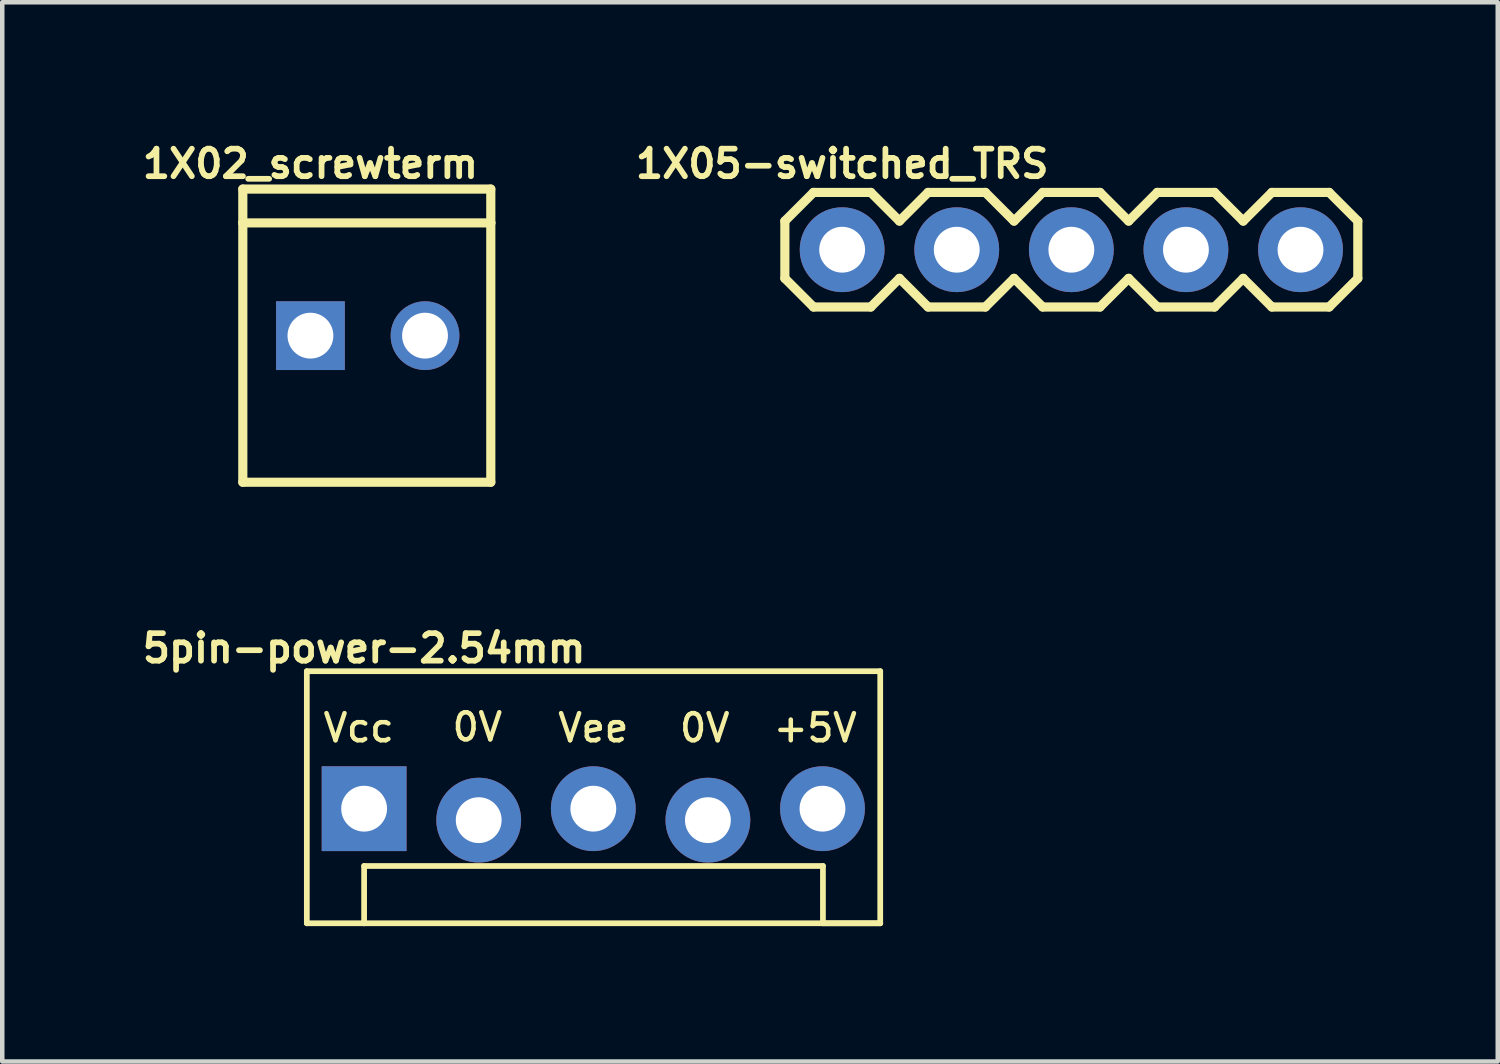
<source format=kicad_pcb>
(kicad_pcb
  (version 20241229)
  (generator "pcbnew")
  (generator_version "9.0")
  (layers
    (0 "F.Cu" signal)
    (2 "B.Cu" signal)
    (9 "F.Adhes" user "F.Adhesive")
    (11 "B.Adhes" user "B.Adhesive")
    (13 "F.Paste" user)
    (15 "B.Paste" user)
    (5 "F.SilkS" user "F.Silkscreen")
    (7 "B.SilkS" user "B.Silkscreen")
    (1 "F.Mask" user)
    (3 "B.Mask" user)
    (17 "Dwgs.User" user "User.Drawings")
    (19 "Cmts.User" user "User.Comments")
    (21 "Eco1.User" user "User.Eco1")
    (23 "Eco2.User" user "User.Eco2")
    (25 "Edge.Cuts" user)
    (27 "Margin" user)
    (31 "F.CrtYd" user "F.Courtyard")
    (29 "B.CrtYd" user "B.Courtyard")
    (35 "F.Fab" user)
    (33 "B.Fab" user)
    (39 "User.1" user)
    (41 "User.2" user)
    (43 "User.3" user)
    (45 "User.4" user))
  (footprint "5pin-power-2.54mm"
    (layer "F.Cu")
    (at 5.021 14.875)
    (property "Reference" "5pin-power-2.54mm" (at 0 -3.556 0) (layer "F.SilkS") (effects (font (size 0.61 0.61) (thickness 0.127))))
    (attr through_hole)
    (fp_line (start -1.27 -3.048) (end -1.27 2.54) (stroke (width 0.127) (type solid)) (layer "F.SilkS"))
    (fp_line (start 0 1.27) (end 10.17 1.27) (stroke (width 0.127) (type solid)) (layer "F.SilkS"))
    (fp_line (start 0 2.54) (end -1.27 2.54) (stroke (width 0.127) (type solid)) (layer "F.SilkS"))
    (fp_line (start 0 2.54) (end 0 1.27) (stroke (width 0.127) (type solid)) (layer "F.SilkS"))
    (fp_line (start 10.17 1.27) (end 10.17 2.54) (stroke (width 0.127) (type solid)) (layer "F.SilkS"))
    (fp_line (start 11.44 -3.048) (end -1.27 -3.048) (stroke (width 0.127) (type solid)) (layer "F.SilkS"))
    (fp_line (start 11.44 -3.048) (end 11.44 2.54) (stroke (width 0.127) (type solid)) (layer "F.SilkS"))
    (fp_line (start 11.44 2.54) (end 0 2.54) (stroke (width 0.127) (type solid)) (layer "F.SilkS"))
    (fp_line (start 11.44 2.54) (end 10.17 2.54) (stroke (width 0.127) (type solid)) (layer "F.SilkS"))
    (fp_line (start -0.254 -0.124) (end 0.254 -0.124) (stroke (width 0.066) (type solid)) (layer "Dwgs.User"))
    (fp_line (start -0.254 0.384) (end -0.254 -0.124) (stroke (width 0.066) (type solid)) (layer "Dwgs.User"))
    (fp_line (start -0.254 0.384) (end 0.254 0.384) (stroke (width 0.066) (type solid)) (layer "Dwgs.User"))
    (fp_line (start 0.254 0.384) (end 0.254 -0.124) (stroke (width 0.066) (type solid)) (layer "Dwgs.User"))
    (fp_line (start 2.286 -0.124) (end 2.794 -0.124) (stroke (width 0.066) (type solid)) (layer "Dwgs.User"))
    (fp_line (start 2.286 0.384) (end 2.286 -0.124) (stroke (width 0.066) (type solid)) (layer "Dwgs.User"))
    (fp_line (start 2.286 0.384) (end 2.794 0.384) (stroke (width 0.066) (type solid)) (layer "Dwgs.User"))
    (fp_line (start 2.794 0.384) (end 2.794 -0.124) (stroke (width 0.066) (type solid)) (layer "Dwgs.User"))
    (fp_line (start 4.826 -0.124) (end 5.334 -0.124) (stroke (width 0.066) (type solid)) (layer "Dwgs.User"))
    (fp_line (start 4.826 0.384) (end 4.826 -0.124) (stroke (width 0.066) (type solid)) (layer "Dwgs.User"))
    (fp_line (start 4.826 0.384) (end 5.334 0.384) (stroke (width 0.066) (type solid)) (layer "Dwgs.User"))
    (fp_line (start 5.334 0.384) (end 5.334 -0.124) (stroke (width 0.066) (type solid)) (layer "Dwgs.User"))
    (fp_line (start 7.366 -0.124) (end 7.874 -0.124) (stroke (width 0.066) (type solid)) (layer "Dwgs.User"))
    (fp_line (start 7.366 0.384) (end 7.366 -0.124) (stroke (width 0.066) (type solid)) (layer "Dwgs.User"))
    (fp_line (start 7.366 0.384) (end 7.874 0.384) (stroke (width 0.066) (type solid)) (layer "Dwgs.User"))
    (fp_line (start 7.874 0.384) (end 7.874 -0.124) (stroke (width 0.066) (type solid)) (layer "Dwgs.User"))
    (fp_line (start 9.906 -0.124) (end 10.414 -0.124) (stroke (width 0.066) (type solid)) (layer "Dwgs.User"))
    (fp_line (start 9.906 0.384) (end 9.906 -0.124) (stroke (width 0.066) (type solid)) (layer "Dwgs.User"))
    (fp_line (start 9.906 0.384) (end 10.414 0.384) (stroke (width 0.066) (type solid)) (layer "Dwgs.User"))
    (fp_line (start 10.414 0.384) (end 10.414 -0.124) (stroke (width 0.066) (type solid)) (layer "Dwgs.User"))
    (fp_text user "Vcc" (at -0.12 -1.79 0) (layer "F.SilkS") (effects (font (size 0.6 0.6) (thickness 0.1))))
    (fp_text user "Vee" (at 5.08 -1.79 0) (layer "F.SilkS") (effects (font (size 0.6 0.6) (thickness 0.1))))
    (fp_text user "+5V" (at 10 -1.79 0) (layer "F.SilkS") (effects (font (size 0.6 0.6) (thickness 0.1))))
    (fp_text user "0V" (at 2.51 -1.81 0) (layer "F.SilkS") (effects (font (size 0.6 0.6) (thickness 0.1))))
    (fp_text user "0V" (at 7.55 -1.79 0) (layer "F.SilkS") (effects (font (size 0.6 0.6) (thickness 0.1))))
    (pad "1" thru_hole rect (at 0 0) (size 1.88 1.88) (drill 1.016) (layers "*.Cu" "*.Mask"))
    (pad "2" thru_hole circle (at 2.54 0.254) (size 1.88 1.88) (drill 1.016) (layers "*.Cu" "*.Mask"))
    (pad "3" thru_hole circle (at 5.08 0) (size 1.88 1.88) (drill 1.016) (layers "*.Cu" "*.Mask"))
    (pad "4" thru_hole circle (at 7.62 0.254) (size 1.88 1.88) (drill 1.016) (layers "*.Cu" "*.Mask"))
    (pad "5" thru_hole circle (at 10.16 0) (size 1.88 1.88) (drill 1.016) (layers "*.Cu" "*.Mask")))
  (footprint "1X05-switched_TRS"
    (layer "F.Cu")
    (at 15.617 2.485)
    (property "Reference" "1X05-switched_TRS" (at 0 -1.905 0) (layer "F.SilkS") (effects (font (size 0.61 0.61) (thickness 0.127))))
    (attr exclude_from_pos_files exclude_from_bom)
    (fp_line (start -1.27 -0.635) (end -1.27 0.635) (stroke (width 0.203) (type solid)) (layer "F.SilkS"))
    (fp_line (start -1.27 0.635) (end -0.635 1.27) (stroke (width 0.203) (type solid)) (layer "F.SilkS"))
    (fp_line (start -0.635 -1.27) (end -1.27 -0.635) (stroke (width 0.203) (type solid)) (layer "F.SilkS"))
    (fp_line (start -0.635 -1.27) (end 0.635 -1.27) (stroke (width 0.203) (type solid)) (layer "F.SilkS"))
    (fp_line (start 0.635 -1.27) (end 1.27 -0.635) (stroke (width 0.203) (type solid)) (layer "F.SilkS"))
    (fp_line (start 0.635 1.27) (end -0.635 1.27) (stroke (width 0.203) (type solid)) (layer "F.SilkS"))
    (fp_line (start 1.27 -0.635) (end 1.905 -1.27) (stroke (width 0.203) (type solid)) (layer "F.SilkS"))
    (fp_line (start 1.27 0.635) (end 0.635 1.27) (stroke (width 0.203) (type solid)) (layer "F.SilkS"))
    (fp_line (start 1.905 -1.27) (end 3.175 -1.27) (stroke (width 0.203) (type solid)) (layer "F.SilkS"))
    (fp_line (start 1.905 1.27) (end 1.27 0.635) (stroke (width 0.203) (type solid)) (layer "F.SilkS"))
    (fp_line (start 3.175 -1.27) (end 3.81 -0.635) (stroke (width 0.203) (type solid)) (layer "F.SilkS"))
    (fp_line (start 3.175 1.27) (end 1.905 1.27) (stroke (width 0.203) (type solid)) (layer "F.SilkS"))
    (fp_line (start 3.81 -0.635) (end 4.445 -1.27) (stroke (width 0.203) (type solid)) (layer "F.SilkS"))
    (fp_line (start 3.81 0.635) (end 3.175 1.27) (stroke (width 0.203) (type solid)) (layer "F.SilkS"))
    (fp_line (start 4.445 -1.27) (end 5.715 -1.27) (stroke (width 0.203) (type solid)) (layer "F.SilkS"))
    (fp_line (start 4.445 1.27) (end 3.81 0.635) (stroke (width 0.203) (type solid)) (layer "F.SilkS"))
    (fp_line (start 5.715 -1.27) (end 6.35 -0.635) (stroke (width 0.203) (type solid)) (layer "F.SilkS"))
    (fp_line (start 5.715 1.27) (end 4.445 1.27) (stroke (width 0.203) (type solid)) (layer "F.SilkS"))
    (fp_line (start 6.35 0.635) (end 5.715 1.27) (stroke (width 0.203) (type solid)) (layer "F.SilkS"))
    (fp_line (start 6.35 0.635) (end 6.985 1.27) (stroke (width 0.203) (type solid)) (layer "F.SilkS"))
    (fp_line (start 6.985 -1.27) (end 6.35 -0.635) (stroke (width 0.203) (type solid)) (layer "F.SilkS"))
    (fp_line (start 6.985 -1.27) (end 8.255 -1.27) (stroke (width 0.203) (type solid)) (layer "F.SilkS"))
    (fp_line (start 8.255 -1.27) (end 8.89 -0.635) (stroke (width 0.203) (type solid)) (layer "F.SilkS"))
    (fp_line (start 8.255 1.27) (end 6.985 1.27) (stroke (width 0.203) (type solid)) (layer "F.SilkS"))
    (fp_line (start 8.89 -0.635) (end 9.525 -1.27) (stroke (width 0.203) (type solid)) (layer "F.SilkS"))
    (fp_line (start 8.89 0.635) (end 8.255 1.27) (stroke (width 0.203) (type solid)) (layer "F.SilkS"))
    (fp_line (start 9.525 -1.27) (end 10.795 -1.27) (stroke (width 0.203) (type solid)) (layer "F.SilkS"))
    (fp_line (start 9.525 1.27) (end 8.89 0.635) (stroke (width 0.203) (type solid)) (layer "F.SilkS"))
    (fp_line (start 10.795 -1.27) (end 11.43 -0.635) (stroke (width 0.203) (type solid)) (layer "F.SilkS"))
    (fp_line (start 10.795 1.27) (end 9.525 1.27) (stroke (width 0.203) (type solid)) (layer "F.SilkS"))
    (fp_line (start 11.43 -0.635) (end 11.43 0.635) (stroke (width 0.203) (type solid)) (layer "F.SilkS"))
    (fp_line (start 11.43 0.635) (end 10.795 1.27) (stroke (width 0.203) (type solid)) (layer "F.SilkS"))
    (pad "R" thru_hole circle (at 0 0) (size 1.88 1.88) (drill 1.016) (layers "*.Cu" "*.Mask"))
    (pad "RB" thru_hole circle (at 2.54 0) (size 1.88 1.88) (drill 1.016) (layers "*.Cu" "*.Mask"))
    (pad "S" thru_hole circle (at 10.16 0) (size 1.88 1.88) (drill 1.016) (layers "*.Cu" "*.Mask"))
    (pad "T" thru_hole circle (at 5.08 0) (size 1.88 1.88) (drill 1.016) (layers "*.Cu" "*.Mask"))
    (pad "TB" thru_hole circle (at 7.62 0) (size 1.88 1.88) (drill 1.016) (layers "*.Cu" "*.Mask")))
  (footprint "1X02_screwterm"
    (layer "F.Cu")
    (at 3.831 4.39)
    (property "Reference" "1X02_screwterm" (at 0 -3.81 0) (layer "F.SilkS") (effects (font (size 0.61 0.61) (thickness 0.127))))
    (attr exclude_from_pos_files exclude_from_bom)
    (fp_line (start -1.499 -3.249) (end 3.998 -3.249) (stroke (width 0.203) (type solid)) (layer "F.SilkS"))
    (fp_line (start -1.499 -2.499) (end -1.499 -3.249) (stroke (width 0.203) (type solid)) (layer "F.SilkS"))
    (fp_line (start -1.499 -2.499) (end 3.998 -2.499) (stroke (width 0.203) (type solid)) (layer "F.SilkS"))
    (fp_line (start -1.499 3.249) (end -1.499 -2.499) (stroke (width 0.203) (type solid)) (layer "F.SilkS"))
    (fp_line (start 3.998 -3.249) (end 3.998 -2.499) (stroke (width 0.203) (type solid)) (layer "F.SilkS"))
    (fp_line (start 3.998 -2.499) (end 3.998 3.249) (stroke (width 0.203) (type solid)) (layer "F.SilkS"))
    (fp_line (start 3.998 3.249) (end -1.499 3.249) (stroke (width 0.203) (type solid)) (layer "F.SilkS"))
    (pad "1" thru_hole rect (at 0 0) (size 1.524 1.524) (drill 1.016) (layers "*.Cu" "*.Mask"))
    (pad "2" thru_hole circle (at 2.54 0) (size 1.524 1.524) (drill 1.016) (layers "*.Cu" "*.Mask")))
  (gr_rect
    (start -3 -3)
    (end 30.149 20.479)
    (stroke (width 0.1) (type default))
    (fill no)
    (layer "Edge.Cuts")))
</source>
